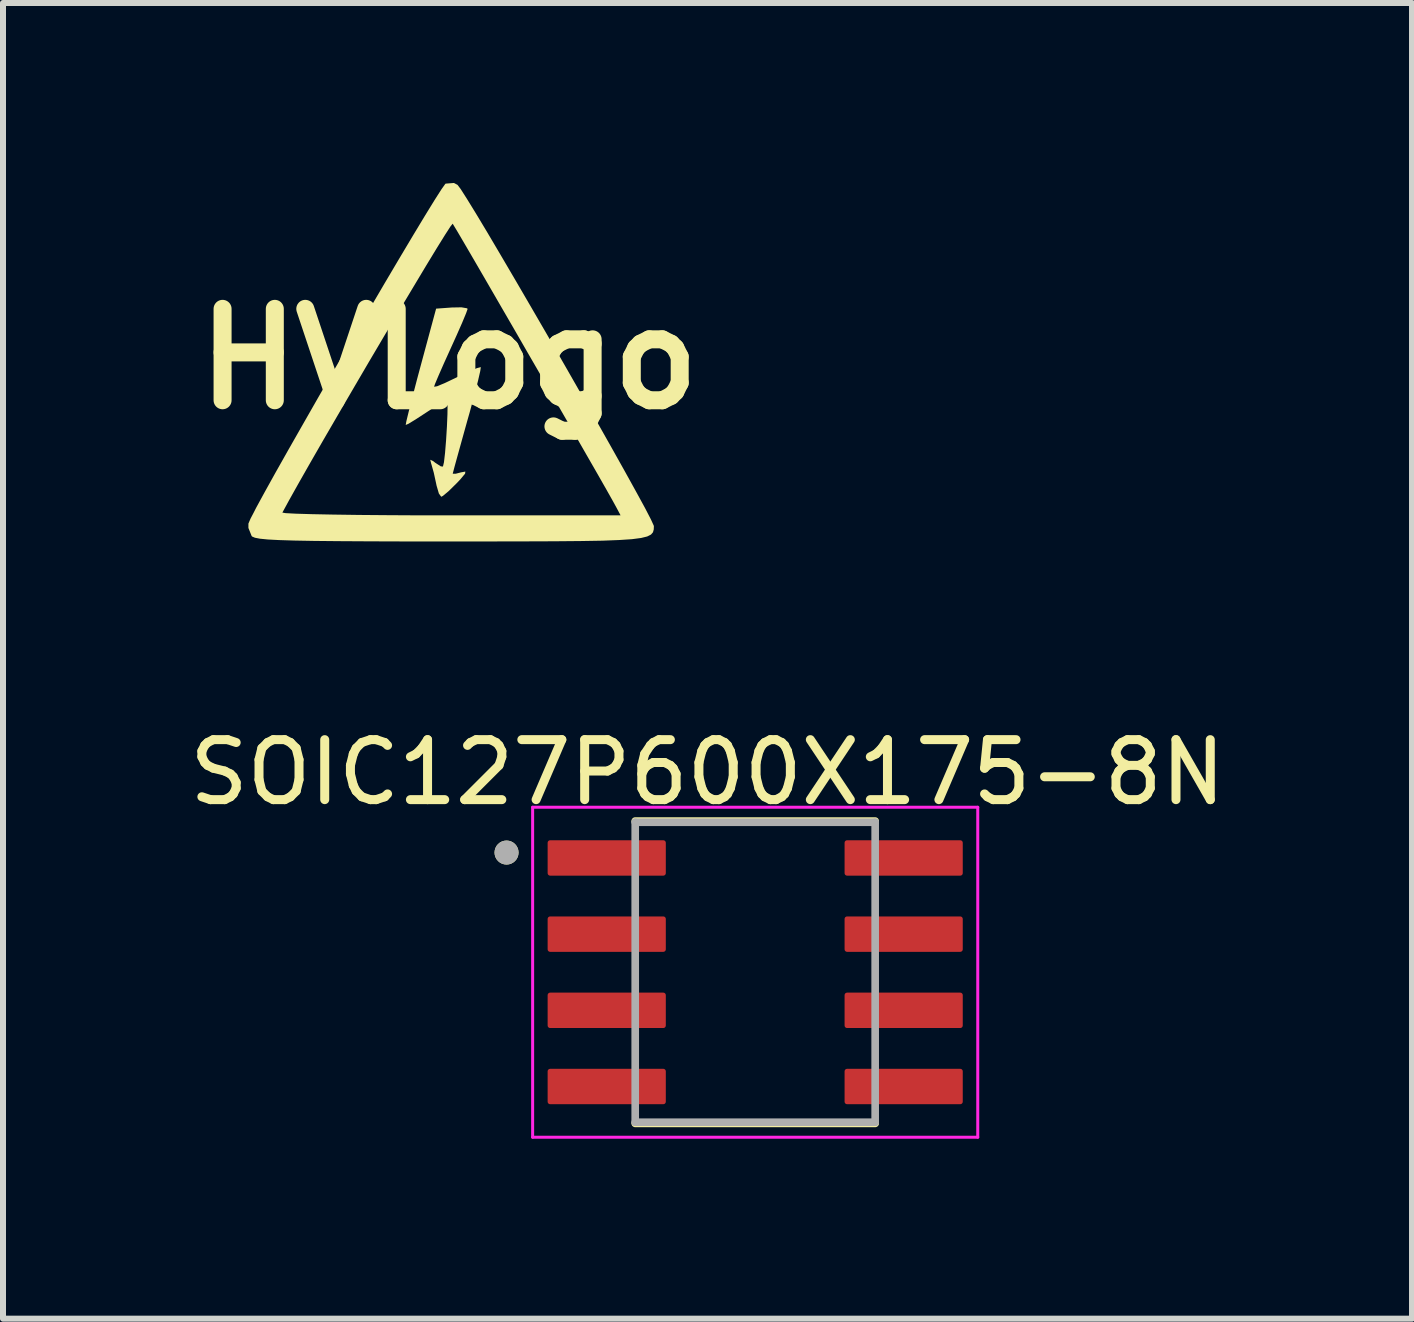
<source format=kicad_pcb>
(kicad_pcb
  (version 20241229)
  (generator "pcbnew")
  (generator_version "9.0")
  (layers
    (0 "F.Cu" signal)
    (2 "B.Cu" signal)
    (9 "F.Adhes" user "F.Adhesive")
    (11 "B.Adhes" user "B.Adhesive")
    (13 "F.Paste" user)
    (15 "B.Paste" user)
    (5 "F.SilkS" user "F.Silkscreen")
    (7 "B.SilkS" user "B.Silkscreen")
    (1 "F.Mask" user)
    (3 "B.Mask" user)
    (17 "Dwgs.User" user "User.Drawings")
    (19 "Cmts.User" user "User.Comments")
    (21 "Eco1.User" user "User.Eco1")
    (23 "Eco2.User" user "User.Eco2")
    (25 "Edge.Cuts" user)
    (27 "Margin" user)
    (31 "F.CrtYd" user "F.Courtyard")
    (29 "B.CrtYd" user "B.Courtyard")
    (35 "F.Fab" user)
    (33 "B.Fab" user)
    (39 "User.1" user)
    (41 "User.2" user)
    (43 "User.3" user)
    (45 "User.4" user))
  (footprint "SOIC127P600X175-8N"
    (layer "F.Cu")
    (at 9.539 13.157)
    (property "Reference" "SOIC127P600X175-8N" (at -0.795 -3.332 0) (layer "F.SilkS") (effects (font (size 1 1) (thickness 0.15))))
    (attr through_hole)
    (fp_line (start -2 -2.52) (end 2 -2.52) (stroke (width 0.127) (type solid)) (layer "F.SilkS"))
    (fp_line (start -2 2.52) (end 2 2.52) (stroke (width 0.127) (type solid)) (layer "F.SilkS"))
    (fp_circle (center -4.145 -1.995) (end -4.045 -1.995) (stroke (width 0.2) (type solid)) (fill no) (layer "F.SilkS"))
    (fp_line (start -3.71 -2.75) (end -3.71 2.75) (stroke (width 0.05) (type solid)) (layer "F.CrtYd"))
    (fp_line (start -3.71 -2.75) (end 3.71 -2.75) (stroke (width 0.05) (type solid)) (layer "F.CrtYd"))
    (fp_line (start -3.71 2.75) (end 3.71 2.75) (stroke (width 0.05) (type solid)) (layer "F.CrtYd"))
    (fp_line (start 3.71 -2.75) (end 3.71 2.75) (stroke (width 0.05) (type solid)) (layer "F.CrtYd"))
    (fp_line (start -2 -2.5) (end -2 2.5) (stroke (width 0.127) (type solid)) (layer "F.Fab"))
    (fp_line (start -2 -2.5) (end 2 -2.5) (stroke (width 0.127) (type solid)) (layer "F.Fab"))
    (fp_line (start -2 2.5) (end 2 2.5) (stroke (width 0.127) (type solid)) (layer "F.Fab"))
    (fp_line (start 2 -2.5) (end 2 2.5) (stroke (width 0.127) (type solid)) (layer "F.Fab"))
    (fp_circle (center -4.145 -1.995) (end -4.045 -1.995) (stroke (width 0.2) (type solid)) (fill no) (layer "F.Fab"))
    (pad "1" smd roundrect (at -2.475 -1.905) (size 1.97 0.59) (layers "F.Cu" "F.Mask" "F.Paste") (roundrect_rratio 0.07))
    (pad "2" smd roundrect (at -2.475 -0.635) (size 1.97 0.59) (layers "F.Cu" "F.Mask" "F.Paste") (roundrect_rratio 0.07))
    (pad "3" smd roundrect (at -2.475 0.635) (size 1.97 0.59) (layers "F.Cu" "F.Mask" "F.Paste") (roundrect_rratio 0.07))
    (pad "4" smd roundrect (at -2.475 1.905) (size 1.97 0.59) (layers "F.Cu" "F.Mask" "F.Paste") (roundrect_rratio 0.07))
    (pad "5" smd roundrect (at 2.475 1.905) (size 1.97 0.59) (layers "F.Cu" "F.Mask" "F.Paste") (roundrect_rratio 0.07))
    (pad "6" smd roundrect (at 2.475 0.635) (size 1.97 0.59) (layers "F.Cu" "F.Mask" "F.Paste") (roundrect_rratio 0.07))
    (pad "7" smd roundrect (at 2.475 -0.635) (size 1.97 0.59) (layers "F.Cu" "F.Mask" "F.Paste") (roundrect_rratio 0.07))
    (pad "8" smd roundrect (at 2.475 -1.905) (size 1.97 0.59) (layers "F.Cu" "F.Mask" "F.Paste") (roundrect_rratio 0.07)))
  (footprint "HVLogo"
    (layer "F.Cu")
    (at 4.434 2.933)
    (property "Reference" "HVLogo" (at 0 0 0) (layer "F.SilkS") (effects (font (size 1.524 1.524) (thickness 0.3))))
    (attr board_only exclude_from_pos_files exclude_from_bom)
    (fp_poly (pts (xy 0.301 -0.844) (xy 0.311 -0.833) (xy 0.286 -0.762) (xy 0.22 -0.603) (xy 0.123 -0.383) (xy 0.031 -0.18) (xy -0.083 0.072) (xy -0.174 0.279) (xy -0.233 0.419) (xy -0.248 0.464) (xy -0.198 0.456) (xy -0.066 0.401) (xy 0.12 0.312) (xy 0.13 0.307) (xy 0.322 0.215) (xy 0.466 0.154) (xy 0.53 0.137) (xy 0.531 0.137) (xy 0.522 0.201) (xy 0.485 0.363) (xy 0.424 0.601) (xy 0.345 0.893) (xy 0.307 1.026) (xy 0.221 1.335) (xy 0.148 1.598) (xy 0.094 1.794) (xy 0.066 1.901) (xy 0.063 1.914) (xy 0.113 1.914) (xy 0.202 1.891) (xy 0.273 1.878) (xy 0.269 1.913) (xy 0.186 2.012) (xy 0.128 2.073) (xy -0.004 2.203) (xy -0.101 2.284) (xy -0.129 2.298) (xy -0.168 2.244) (xy -0.207 2.11) (xy -0.214 2.076) (xy -0.253 1.897) (xy -0.292 1.758) (xy -0.295 1.75) (xy -0.312 1.681) (xy -0.264 1.703) (xy -0.227 1.732) (xy -0.136 1.791) (xy -0.1 1.794) (xy -0.083 1.722) (xy -0.065 1.566) (xy -0.048 1.357) (xy -0.034 1.132) (xy -0.025 0.922) (xy -0.023 0.762) (xy -0.031 0.685) (xy -0.033 0.683) (xy -0.098 0.715) (xy -0.235 0.799) (xy -0.387 0.899) (xy -0.556 1.009) (xy -0.676 1.082) (xy -0.721 1.101) (xy -0.71 1.039) (xy -0.671 0.878) (xy -0.61 0.639) (xy -0.532 0.34) (xy -0.474 0.124) (xy -0.214 -0.838) (xy 0.048 -0.857) (xy 0.208 -0.86)) (stroke (width 0) (type solid)) (fill yes) (layer "F.SilkS"))
    (fp_poly (pts (xy 0.143 -2.901) (xy 0.196 -2.831) (xy 0.301 -2.666) (xy 0.453 -2.419) (xy 0.644 -2.101) (xy 0.866 -1.725) (xy 1.113 -1.304) (xy 1.378 -0.849) (xy 1.653 -0.375) (xy 1.931 0.108) (xy 2.205 0.587) (xy 2.468 1.049) (xy 2.713 1.483) (xy 2.932 1.874) (xy 3.119 2.212) (xy 3.267 2.483) (xy 3.367 2.676) (xy 3.413 2.777) (xy 3.416 2.788) (xy 3.414 2.843) (xy 3.401 2.89) (xy 3.368 2.928) (xy 3.305 2.96) (xy 3.203 2.985) (xy 3.051 3.005) (xy 2.84 3.019) (xy 2.56 3.03) (xy 2.202 3.036) (xy 1.755 3.04) (xy 1.21 3.042) (xy 0.558 3.043) (xy 0.026 3.043) (xy -0.705 3.043) (xy -1.321 3.041) (xy -1.833 3.038) (xy -2.249 3.034) (xy -2.579 3.028) (xy -2.833 3.02) (xy -3.021 3.01) (xy -3.151 2.997) (xy -3.234 2.981) (xy -3.279 2.962) (xy -3.289 2.953) (xy -3.343 2.818) (xy -3.343 2.745) (xy -3.307 2.661) (xy -3.255 2.562) (xy -2.777 2.562) (xy -2.722 2.571) (xy -2.555 2.58) (xy -2.289 2.588) (xy -1.934 2.595) (xy -1.504 2.601) (xy -1.011 2.605) (xy -0.466 2.608) (xy 0.03 2.608) (xy 2.861 2.608) (xy 2.787 2.469) (xy 2.731 2.367) (xy 2.624 2.177) (xy 2.473 1.912) (xy 2.285 1.585) (xy 2.07 1.21) (xy 1.834 0.8) (xy 1.586 0.369) (xy 1.332 -0.07) (xy 1.082 -0.504) (xy 0.842 -0.918) (xy 0.621 -1.3) (xy 0.426 -1.636) (xy 0.265 -1.912) (xy 0.146 -2.115) (xy 0.076 -2.231) (xy 0.062 -2.254) (xy 0.026 -2.209) (xy -0.064 -2.07) (xy -0.202 -1.848) (xy -0.379 -1.557) (xy -0.587 -1.21) (xy -0.821 -0.819) (xy -1.071 -0.396) (xy -1.331 0.044) (xy -1.592 0.49) (xy -1.848 0.929) (xy -2.091 1.347) (xy -2.313 1.733) (xy -2.507 2.074) (xy -2.665 2.356) (xy -2.777 2.562) (xy -3.255 2.562) (xy -3.216 2.485) (xy -3.076 2.228) (xy -2.895 1.902) (xy -2.68 1.521) (xy -2.438 1.096) (xy -2.177 0.639) (xy -1.903 0.164) (xy -1.623 -0.318) (xy -1.346 -0.793) (xy -1.078 -1.251) (xy -0.826 -1.677) (xy -0.597 -2.061) (xy -0.399 -2.389) (xy -0.239 -2.649) (xy -0.124 -2.829) (xy -0.062 -2.916) (xy -0.055 -2.922) (xy 0.083 -2.933)) (stroke (width 0) (type solid)) (fill yes) (layer "F.SilkS")))
  (gr_rect
    (start -3 -3)
    (end 20.488 18.932)
    (stroke (width 0.1) (type default))
    (fill no)
    (layer "Edge.Cuts")))
</source>
